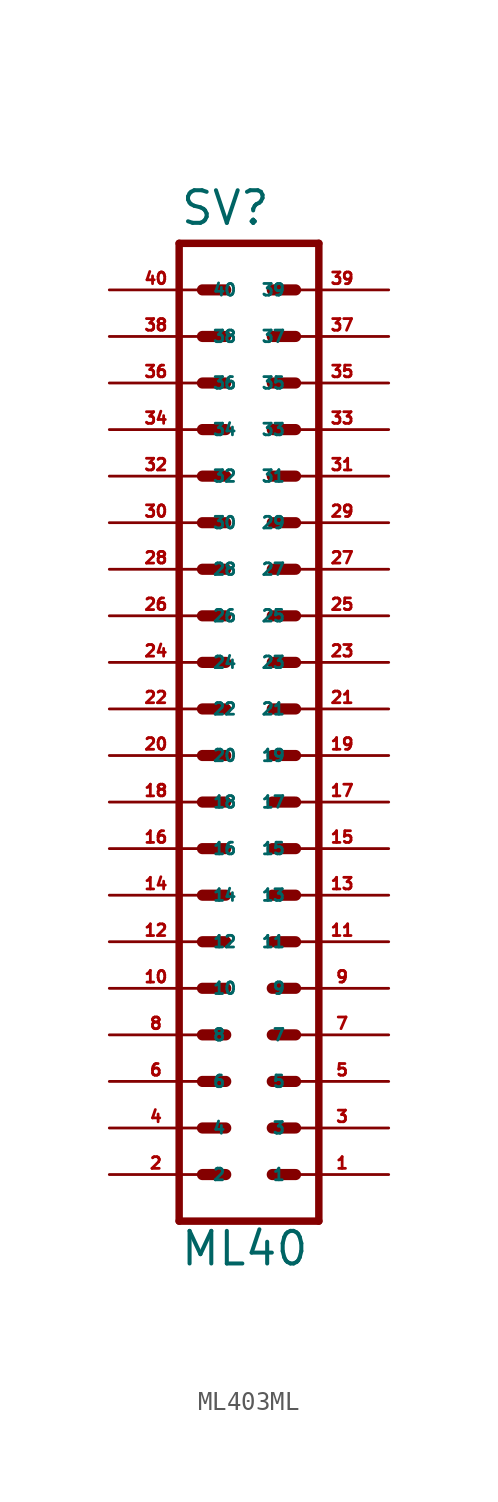
<source format=kicad_sym>
(kicad_symbol_lib
  (version 20220914)
  (generator Eagle2Kicad)
  (symbol "ML403ML"
    (property "Reference" "SV"
      (at -3.81 26.289 0)
      (effects (font (size 1.778 1.778) (thickness 0.22)) (justify left bottom)))
    (property "Value" "ML40"
      (at -3.81 -30.48 0)
      (effects (font (size 1.778 1.778) (thickness 0.22)) (justify left bottom)))
    (polyline
      (pts (xy 3.81 -27.94) (xy -3.81 -27.94))
      (stroke (width 0.406) (type default))
      (fill (type none)))
    (polyline
      (pts (xy -3.81 25.4) (xy -3.81 -27.94))
      (stroke (width 0.406) (type default))
      (fill (type none)))
    (polyline
      (pts (xy -3.81 25.4) (xy 3.81 25.4))
      (stroke (width 0.406) (type default))
      (fill (type none)))
    (polyline
      (pts (xy 3.81 -27.94) (xy 3.81 25.4))
      (stroke (width 0.406) (type default))
      (fill (type none)))
    (polyline
      (pts (xy 1.27 -15.24) (xy 2.54 -15.24))
      (stroke (width 0.61) (type default))
      (fill (type none)))
    (polyline
      (pts (xy 1.27 -17.78) (xy 2.54 -17.78))
      (stroke (width 0.61) (type default))
      (fill (type none)))
    (polyline
      (pts (xy 1.27 -20.32) (xy 2.54 -20.32))
      (stroke (width 0.61) (type default))
      (fill (type none)))
    (polyline
      (pts (xy 1.27 -22.86) (xy 2.54 -22.86))
      (stroke (width 0.61) (type default))
      (fill (type none)))
    (polyline
      (pts (xy 1.27 -25.4) (xy 2.54 -25.4))
      (stroke (width 0.61) (type default))
      (fill (type none)))
    (polyline
      (pts (xy -2.54 -15.24) (xy -1.27 -15.24))
      (stroke (width 0.61) (type default))
      (fill (type none)))
    (polyline
      (pts (xy -2.54 -17.78) (xy -1.27 -17.78))
      (stroke (width 0.61) (type default))
      (fill (type none)))
    (polyline
      (pts (xy -2.54 -20.32) (xy -1.27 -20.32))
      (stroke (width 0.61) (type default))
      (fill (type none)))
    (polyline
      (pts (xy -2.54 -22.86) (xy -1.27 -22.86))
      (stroke (width 0.61) (type default))
      (fill (type none)))
    (polyline
      (pts (xy -2.54 -25.4) (xy -1.27 -25.4))
      (stroke (width 0.61) (type default))
      (fill (type none)))
    (polyline
      (pts (xy 1.27 -12.7) (xy 2.54 -12.7))
      (stroke (width 0.61) (type default))
      (fill (type none)))
    (polyline
      (pts (xy 1.27 -10.16) (xy 2.54 -10.16))
      (stroke (width 0.61) (type default))
      (fill (type none)))
    (polyline
      (pts (xy 1.27 -7.62) (xy 2.54 -7.62))
      (stroke (width 0.61) (type default))
      (fill (type none)))
    (polyline
      (pts (xy 1.27 -5.08) (xy 2.54 -5.08))
      (stroke (width 0.61) (type default))
      (fill (type none)))
    (polyline
      (pts (xy 1.27 -2.54) (xy 2.54 -2.54))
      (stroke (width 0.61) (type default))
      (fill (type none)))
    (polyline
      (pts (xy -2.54 -12.7) (xy -1.27 -12.7))
      (stroke (width 0.61) (type default))
      (fill (type none)))
    (polyline
      (pts (xy -2.54 -10.16) (xy -1.27 -10.16))
      (stroke (width 0.61) (type default))
      (fill (type none)))
    (polyline
      (pts (xy -2.54 -7.62) (xy -1.27 -7.62))
      (stroke (width 0.61) (type default))
      (fill (type none)))
    (polyline
      (pts (xy -2.54 -5.08) (xy -1.27 -5.08))
      (stroke (width 0.61) (type default))
      (fill (type none)))
    (polyline
      (pts (xy -2.54 -2.54) (xy -1.27 -2.54))
      (stroke (width 0.61) (type default))
      (fill (type none)))
    (polyline
      (pts (xy 1.27 0) (xy 2.54 0))
      (stroke (width 0.61) (type default))
      (fill (type none)))
    (polyline
      (pts (xy 1.27 2.54) (xy 2.54 2.54))
      (stroke (width 0.61) (type default))
      (fill (type none)))
    (polyline
      (pts (xy 1.27 5.08) (xy 2.54 5.08))
      (stroke (width 0.61) (type default))
      (fill (type none)))
    (polyline
      (pts (xy -2.54 0) (xy -1.27 0))
      (stroke (width 0.61) (type default))
      (fill (type none)))
    (polyline
      (pts (xy -2.54 2.54) (xy -1.27 2.54))
      (stroke (width 0.61) (type default))
      (fill (type none)))
    (polyline
      (pts (xy -2.54 5.08) (xy -1.27 5.08))
      (stroke (width 0.61) (type default))
      (fill (type none)))
    (polyline
      (pts (xy 1.27 7.62) (xy 2.54 7.62))
      (stroke (width 0.61) (type default))
      (fill (type none)))
    (polyline
      (pts (xy 1.27 10.16) (xy 2.54 10.16))
      (stroke (width 0.61) (type default))
      (fill (type none)))
    (polyline
      (pts (xy 1.27 12.7) (xy 2.54 12.7))
      (stroke (width 0.61) (type default))
      (fill (type none)))
    (polyline
      (pts (xy 1.27 15.24) (xy 2.54 15.24))
      (stroke (width 0.61) (type default))
      (fill (type none)))
    (polyline
      (pts (xy 1.27 17.78) (xy 2.54 17.78))
      (stroke (width 0.61) (type default))
      (fill (type none)))
    (polyline
      (pts (xy 1.27 20.32) (xy 2.54 20.32))
      (stroke (width 0.61) (type default))
      (fill (type none)))
    (polyline
      (pts (xy 1.27 22.86) (xy 2.54 22.86))
      (stroke (width 0.61) (type default))
      (fill (type none)))
    (polyline
      (pts (xy -2.54 7.62) (xy -1.27 7.62))
      (stroke (width 0.61) (type default))
      (fill (type none)))
    (polyline
      (pts (xy -2.54 10.16) (xy -1.27 10.16))
      (stroke (width 0.61) (type default))
      (fill (type none)))
    (polyline
      (pts (xy -2.54 12.7) (xy -1.27 12.7))
      (stroke (width 0.61) (type default))
      (fill (type none)))
    (polyline
      (pts (xy -2.54 15.24) (xy -1.27 15.24))
      (stroke (width 0.61) (type default))
      (fill (type none)))
    (polyline
      (pts (xy -2.54 17.78) (xy -1.27 17.78))
      (stroke (width 0.61) (type default))
      (fill (type none)))
    (polyline
      (pts (xy -2.54 20.32) (xy -1.27 20.32))
      (stroke (width 0.61) (type default))
      (fill (type none)))
    (polyline
      (pts (xy -2.54 22.86) (xy -1.27 22.86))
      (stroke (width 0.61) (type default))
      (fill (type none)))
    (pin passive line
      (at 7.62 -25.4 180)
      (length 5.08)
      (name "1" (effects (font (size 0.635 0.635) (thickness 0.08)) (justify left bottom)))
      (number "1" (effects (font (size 0.635 0.635) (thickness 0.08)) (justify left bottom))))
    (pin passive line
      (at 7.62 -22.86 180)
      (length 5.08)
      (name "3" (effects (font (size 0.635 0.635) (thickness 0.08)) (justify left bottom)))
      (number "3" (effects (font (size 0.635 0.635) (thickness 0.08)) (justify left bottom))))
    (pin passive line
      (at 7.62 -20.32 180)
      (length 5.08)
      (name "5" (effects (font (size 0.635 0.635) (thickness 0.08)) (justify left bottom)))
      (number "5" (effects (font (size 0.635 0.635) (thickness 0.08)) (justify left bottom))))
    (pin passive line
      (at 7.62 -17.78 180)
      (length 5.08)
      (name "7" (effects (font (size 0.635 0.635) (thickness 0.08)) (justify left bottom)))
      (number "7" (effects (font (size 0.635 0.635) (thickness 0.08)) (justify left bottom))))
    (pin passive line
      (at 7.62 -15.24 180)
      (length 5.08)
      (name "9" (effects (font (size 0.635 0.635) (thickness 0.08)) (justify left bottom)))
      (number "9" (effects (font (size 0.635 0.635) (thickness 0.08)) (justify left bottom))))
    (pin passive line
      (at 7.62 -12.7 180)
      (length 5.08)
      (name "11" (effects (font (size 0.635 0.635) (thickness 0.08)) (justify left bottom)))
      (number "11" (effects (font (size 0.635 0.635) (thickness 0.08)) (justify left bottom))))
    (pin passive line
      (at 7.62 -10.16 180)
      (length 5.08)
      (name "13" (effects (font (size 0.635 0.635) (thickness 0.08)) (justify left bottom)))
      (number "13" (effects (font (size 0.635 0.635) (thickness 0.08)) (justify left bottom))))
    (pin passive line
      (at 7.62 -7.62 180)
      (length 5.08)
      (name "15" (effects (font (size 0.635 0.635) (thickness 0.08)) (justify left bottom)))
      (number "15" (effects (font (size 0.635 0.635) (thickness 0.08)) (justify left bottom))))
    (pin passive line
      (at 7.62 -5.08 180)
      (length 5.08)
      (name "17" (effects (font (size 0.635 0.635) (thickness 0.08)) (justify left bottom)))
      (number "17" (effects (font (size 0.635 0.635) (thickness 0.08)) (justify left bottom))))
    (pin passive line
      (at 7.62 -2.54 180)
      (length 5.08)
      (name "19" (effects (font (size 0.635 0.635) (thickness 0.08)) (justify left bottom)))
      (number "19" (effects (font (size 0.635 0.635) (thickness 0.08)) (justify left bottom))))
    (pin passive line
      (at 7.62 0 180)
      (length 5.08)
      (name "21" (effects (font (size 0.635 0.635) (thickness 0.08)) (justify left bottom)))
      (number "21" (effects (font (size 0.635 0.635) (thickness 0.08)) (justify left bottom))))
    (pin passive line
      (at 7.62 2.54 180)
      (length 5.08)
      (name "23" (effects (font (size 0.635 0.635) (thickness 0.08)) (justify left bottom)))
      (number "23" (effects (font (size 0.635 0.635) (thickness 0.08)) (justify left bottom))))
    (pin passive line
      (at 7.62 5.08 180)
      (length 5.08)
      (name "25" (effects (font (size 0.635 0.635) (thickness 0.08)) (justify left bottom)))
      (number "25" (effects (font (size 0.635 0.635) (thickness 0.08)) (justify left bottom))))
    (pin passive line
      (at 7.62 7.62 180)
      (length 5.08)
      (name "27" (effects (font (size 0.635 0.635) (thickness 0.08)) (justify left bottom)))
      (number "27" (effects (font (size 0.635 0.635) (thickness 0.08)) (justify left bottom))))
    (pin passive line
      (at 7.62 10.16 180)
      (length 5.08)
      (name "29" (effects (font (size 0.635 0.635) (thickness 0.08)) (justify left bottom)))
      (number "29" (effects (font (size 0.635 0.635) (thickness 0.08)) (justify left bottom))))
    (pin passive line
      (at 7.62 12.7 180)
      (length 5.08)
      (name "31" (effects (font (size 0.635 0.635) (thickness 0.08)) (justify left bottom)))
      (number "31" (effects (font (size 0.635 0.635) (thickness 0.08)) (justify left bottom))))
    (pin passive line
      (at 7.62 15.24 180)
      (length 5.08)
      (name "33" (effects (font (size 0.635 0.635) (thickness 0.08)) (justify left bottom)))
      (number "33" (effects (font (size 0.635 0.635) (thickness 0.08)) (justify left bottom))))
    (pin passive line
      (at 7.62 17.78 180)
      (length 5.08)
      (name "35" (effects (font (size 0.635 0.635) (thickness 0.08)) (justify left bottom)))
      (number "35" (effects (font (size 0.635 0.635) (thickness 0.08)) (justify left bottom))))
    (pin passive line
      (at 7.62 20.32 180)
      (length 5.08)
      (name "37" (effects (font (size 0.635 0.635) (thickness 0.08)) (justify left bottom)))
      (number "37" (effects (font (size 0.635 0.635) (thickness 0.08)) (justify left bottom))))
    (pin passive line
      (at 7.62 22.86 180)
      (length 5.08)
      (name "39" (effects (font (size 0.635 0.635) (thickness 0.08)) (justify left bottom)))
      (number "39" (effects (font (size 0.635 0.635) (thickness 0.08)) (justify left bottom))))
    (pin passive line
      (at -7.62 -25.4 0)
      (length 5.08)
      (name "2" (effects (font (size 0.635 0.635) (thickness 0.08)) (justify left bottom)))
      (number "2" (effects (font (size 0.635 0.635) (thickness 0.08)) (justify left bottom))))
    (pin passive line
      (at -7.62 -22.86 0)
      (length 5.08)
      (name "4" (effects (font (size 0.635 0.635) (thickness 0.08)) (justify left bottom)))
      (number "4" (effects (font (size 0.635 0.635) (thickness 0.08)) (justify left bottom))))
    (pin passive line
      (at -7.62 -20.32 0)
      (length 5.08)
      (name "6" (effects (font (size 0.635 0.635) (thickness 0.08)) (justify left bottom)))
      (number "6" (effects (font (size 0.635 0.635) (thickness 0.08)) (justify left bottom))))
    (pin passive line
      (at -7.62 -17.78 0)
      (length 5.08)
      (name "8" (effects (font (size 0.635 0.635) (thickness 0.08)) (justify left bottom)))
      (number "8" (effects (font (size 0.635 0.635) (thickness 0.08)) (justify left bottom))))
    (pin passive line
      (at -7.62 -15.24 0)
      (length 5.08)
      (name "10" (effects (font (size 0.635 0.635) (thickness 0.08)) (justify left bottom)))
      (number "10" (effects (font (size 0.635 0.635) (thickness 0.08)) (justify left bottom))))
    (pin passive line
      (at -7.62 -12.7 0)
      (length 5.08)
      (name "12" (effects (font (size 0.635 0.635) (thickness 0.08)) (justify left bottom)))
      (number "12" (effects (font (size 0.635 0.635) (thickness 0.08)) (justify left bottom))))
    (pin passive line
      (at -7.62 -10.16 0)
      (length 5.08)
      (name "14" (effects (font (size 0.635 0.635) (thickness 0.08)) (justify left bottom)))
      (number "14" (effects (font (size 0.635 0.635) (thickness 0.08)) (justify left bottom))))
    (pin passive line
      (at -7.62 -7.62 0)
      (length 5.08)
      (name "16" (effects (font (size 0.635 0.635) (thickness 0.08)) (justify left bottom)))
      (number "16" (effects (font (size 0.635 0.635) (thickness 0.08)) (justify left bottom))))
    (pin passive line
      (at -7.62 -5.08 0)
      (length 5.08)
      (name "18" (effects (font (size 0.635 0.635) (thickness 0.08)) (justify left bottom)))
      (number "18" (effects (font (size 0.635 0.635) (thickness 0.08)) (justify left bottom))))
    (pin passive line
      (at -7.62 -2.54 0)
      (length 5.08)
      (name "20" (effects (font (size 0.635 0.635) (thickness 0.08)) (justify left bottom)))
      (number "20" (effects (font (size 0.635 0.635) (thickness 0.08)) (justify left bottom))))
    (pin passive line
      (at -7.62 0 0)
      (length 5.08)
      (name "22" (effects (font (size 0.635 0.635) (thickness 0.08)) (justify left bottom)))
      (number "22" (effects (font (size 0.635 0.635) (thickness 0.08)) (justify left bottom))))
    (pin passive line
      (at -7.62 2.54 0)
      (length 5.08)
      (name "24" (effects (font (size 0.635 0.635) (thickness 0.08)) (justify left bottom)))
      (number "24" (effects (font (size 0.635 0.635) (thickness 0.08)) (justify left bottom))))
    (pin passive line
      (at -7.62 5.08 0)
      (length 5.08)
      (name "26" (effects (font (size 0.635 0.635) (thickness 0.08)) (justify left bottom)))
      (number "26" (effects (font (size 0.635 0.635) (thickness 0.08)) (justify left bottom))))
    (pin passive line
      (at -7.62 7.62 0)
      (length 5.08)
      (name "28" (effects (font (size 0.635 0.635) (thickness 0.08)) (justify left bottom)))
      (number "28" (effects (font (size 0.635 0.635) (thickness 0.08)) (justify left bottom))))
    (pin passive line
      (at -7.62 10.16 0)
      (length 5.08)
      (name "30" (effects (font (size 0.635 0.635) (thickness 0.08)) (justify left bottom)))
      (number "30" (effects (font (size 0.635 0.635) (thickness 0.08)) (justify left bottom))))
    (pin passive line
      (at -7.62 12.7 0)
      (length 5.08)
      (name "32" (effects (font (size 0.635 0.635) (thickness 0.08)) (justify left bottom)))
      (number "32" (effects (font (size 0.635 0.635) (thickness 0.08)) (justify left bottom))))
    (pin passive line
      (at -7.62 15.24 0)
      (length 5.08)
      (name "34" (effects (font (size 0.635 0.635) (thickness 0.08)) (justify left bottom)))
      (number "34" (effects (font (size 0.635 0.635) (thickness 0.08)) (justify left bottom))))
    (pin passive line
      (at -7.62 17.78 0)
      (length 5.08)
      (name "36" (effects (font (size 0.635 0.635) (thickness 0.08)) (justify left bottom)))
      (number "36" (effects (font (size 0.635 0.635) (thickness 0.08)) (justify left bottom))))
    (pin passive line
      (at -7.62 20.32 0)
      (length 5.08)
      (name "38" (effects (font (size 0.635 0.635) (thickness 0.08)) (justify left bottom)))
      (number "38" (effects (font (size 0.635 0.635) (thickness 0.08)) (justify left bottom))))
    (pin passive line
      (at -7.62 22.86 0)
      (length 5.08)
      (name "40" (effects (font (size 0.635 0.635) (thickness 0.08)) (justify left bottom)))
      (number "40" (effects (font (size 0.635 0.635) (thickness 0.08)) (justify left bottom))))))
</source>
